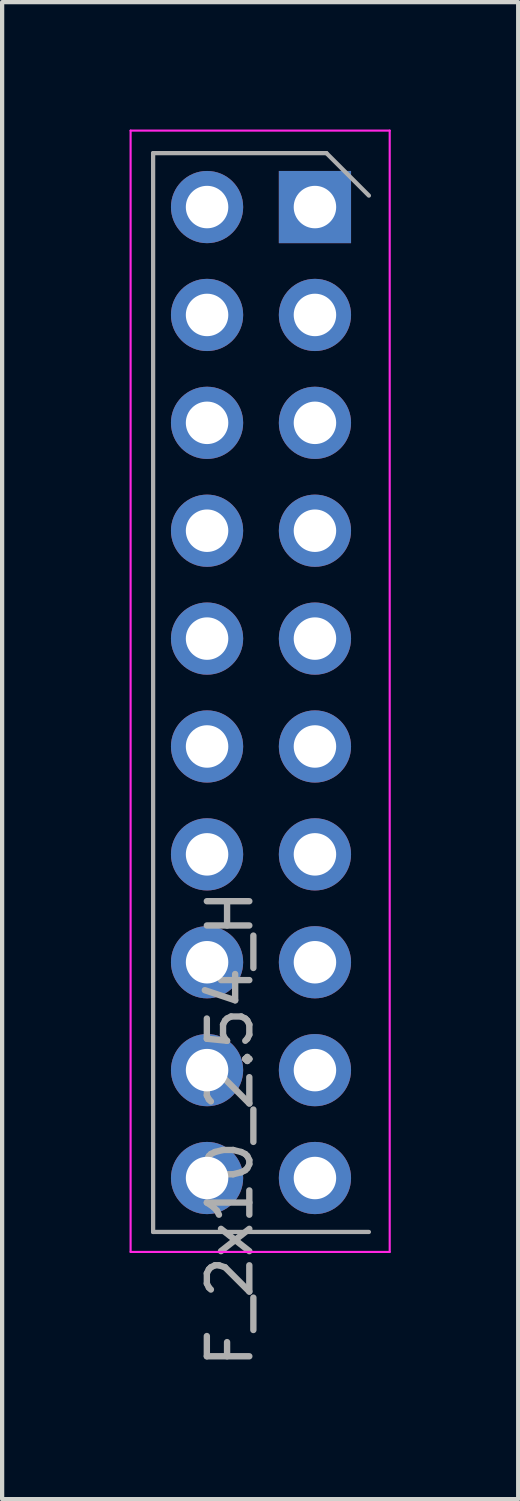
<source format=kicad_pcb>
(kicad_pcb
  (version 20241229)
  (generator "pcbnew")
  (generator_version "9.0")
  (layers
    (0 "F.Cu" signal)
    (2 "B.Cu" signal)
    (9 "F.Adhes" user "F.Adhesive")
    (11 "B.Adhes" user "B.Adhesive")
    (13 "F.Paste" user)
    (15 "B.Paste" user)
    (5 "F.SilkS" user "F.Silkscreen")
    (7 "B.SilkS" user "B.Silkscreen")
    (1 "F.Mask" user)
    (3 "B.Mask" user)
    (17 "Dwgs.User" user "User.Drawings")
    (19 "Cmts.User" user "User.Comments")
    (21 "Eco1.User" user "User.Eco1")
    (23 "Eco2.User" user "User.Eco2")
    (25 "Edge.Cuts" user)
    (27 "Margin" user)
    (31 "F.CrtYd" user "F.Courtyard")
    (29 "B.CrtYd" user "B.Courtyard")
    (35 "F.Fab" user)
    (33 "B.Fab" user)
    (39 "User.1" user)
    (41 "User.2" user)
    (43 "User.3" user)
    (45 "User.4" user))
  (footprint "F_2x10_2.54_H"
    (layer "F.Cu")
    (at 4.365 1.825)
    (property "Reference" "F_2x10_2.54_H" (at -2 21.7 90) (layer "F.Fab") (effects (font (size 1 1) (thickness 0.15))))
    (attr through_hole)
    (fp_line (start -4.34 -1.8) (end 1.76 -1.8) (stroke (width 0.05) (type solid)) (layer "F.CrtYd"))
    (fp_line (start -4.34 24.6) (end -4.34 -1.8) (stroke (width 0.05) (type solid)) (layer "F.CrtYd"))
    (fp_line (start 1.76 -1.8) (end 1.76 24.6) (stroke (width 0.05) (type solid)) (layer "F.CrtYd"))
    (fp_line (start 1.76 24.6) (end -4.34 24.6) (stroke (width 0.05) (type solid)) (layer "F.CrtYd"))
    (fp_line (start -3.81 -1.27) (end 0.27 -1.27) (stroke (width 0.1) (type solid)) (layer "F.Fab"))
    (fp_line (start -3.81 24.13) (end -3.81 -1.27) (stroke (width 0.1) (type solid)) (layer "F.Fab"))
    (fp_line (start 0.27 -1.27) (end 1.27 -0.27) (stroke (width 0.1) (type solid)) (layer "F.Fab"))
    (fp_line (start 1.27 24.13) (end -3.81 24.13) (stroke (width 0.1) (type solid)) (layer "F.Fab"))
    (pad "1" thru_hole rect (at 0 0) (size 1.7 1.7) (drill 1) (layers "*.Cu" "*.Mask"))
    (pad "2" thru_hole oval (at -2.54 0) (size 1.7 1.7) (drill 1) (layers "*.Cu" "*.Mask"))
    (pad "3" thru_hole oval (at 0 2.54) (size 1.7 1.7) (drill 1) (layers "*.Cu" "*.Mask"))
    (pad "4" thru_hole oval (at -2.54 2.54) (size 1.7 1.7) (drill 1) (layers "*.Cu" "*.Mask"))
    (pad "5" thru_hole oval (at 0 5.08) (size 1.7 1.7) (drill 1) (layers "*.Cu" "*.Mask"))
    (pad "6" thru_hole oval (at -2.54 5.08) (size 1.7 1.7) (drill 1) (layers "*.Cu" "*.Mask"))
    (pad "7" thru_hole oval (at 0 7.62) (size 1.7 1.7) (drill 1) (layers "*.Cu" "*.Mask"))
    (pad "8" thru_hole oval (at -2.54 7.62) (size 1.7 1.7) (drill 1) (layers "*.Cu" "*.Mask"))
    (pad "9" thru_hole oval (at 0 10.16) (size 1.7 1.7) (drill 1) (layers "*.Cu" "*.Mask"))
    (pad "10" thru_hole oval (at -2.54 10.16) (size 1.7 1.7) (drill 1) (layers "*.Cu" "*.Mask"))
    (pad "11" thru_hole oval (at 0 12.7) (size 1.7 1.7) (drill 1) (layers "*.Cu" "*.Mask"))
    (pad "12" thru_hole oval (at -2.54 12.7) (size 1.7 1.7) (drill 1) (layers "*.Cu" "*.Mask"))
    (pad "13" thru_hole oval (at 0 15.24) (size 1.7 1.7) (drill 1) (layers "*.Cu" "*.Mask"))
    (pad "14" thru_hole oval (at -2.54 15.24) (size 1.7 1.7) (drill 1) (layers "*.Cu" "*.Mask"))
    (pad "15" thru_hole oval (at 0 17.78) (size 1.7 1.7) (drill 1) (layers "*.Cu" "*.Mask"))
    (pad "16" thru_hole oval (at -2.54 17.78) (size 1.7 1.7) (drill 1) (layers "*.Cu" "*.Mask"))
    (pad "17" thru_hole oval (at 0 20.32) (size 1.7 1.7) (drill 1) (layers "*.Cu" "*.Mask"))
    (pad "18" thru_hole oval (at -2.54 20.32) (size 1.7 1.7) (drill 1) (layers "*.Cu" "*.Mask"))
    (pad "19" thru_hole oval (at 0 22.86) (size 1.7 1.7) (drill 1) (layers "*.Cu" "*.Mask"))
    (pad "20" thru_hole oval (at -2.54 22.86) (size 1.7 1.7) (drill 1) (layers "*.Cu" "*.Mask")))
  (gr_rect
    (start -3 -3)
    (end 9.15 32.245)
    (stroke (width 0.1) (type default))
    (fill no)
    (layer "Edge.Cuts")))
</source>
